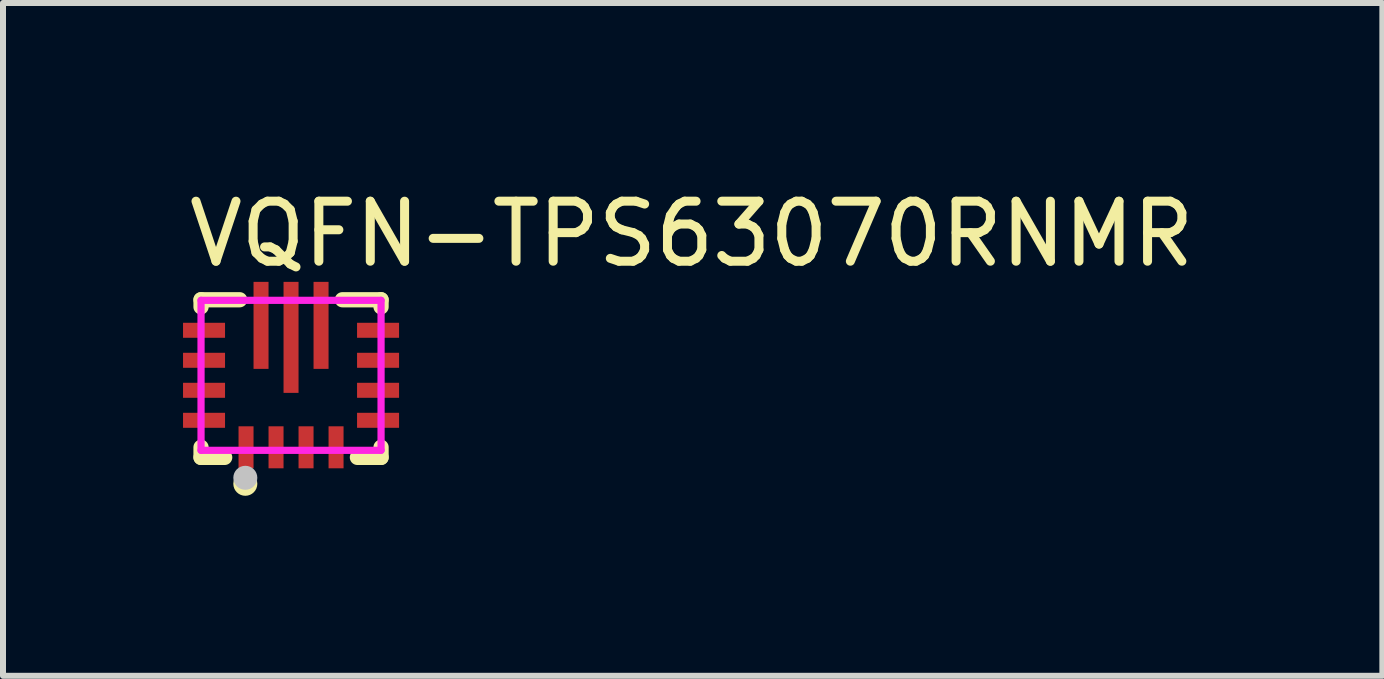
<source format=kicad_pcb>
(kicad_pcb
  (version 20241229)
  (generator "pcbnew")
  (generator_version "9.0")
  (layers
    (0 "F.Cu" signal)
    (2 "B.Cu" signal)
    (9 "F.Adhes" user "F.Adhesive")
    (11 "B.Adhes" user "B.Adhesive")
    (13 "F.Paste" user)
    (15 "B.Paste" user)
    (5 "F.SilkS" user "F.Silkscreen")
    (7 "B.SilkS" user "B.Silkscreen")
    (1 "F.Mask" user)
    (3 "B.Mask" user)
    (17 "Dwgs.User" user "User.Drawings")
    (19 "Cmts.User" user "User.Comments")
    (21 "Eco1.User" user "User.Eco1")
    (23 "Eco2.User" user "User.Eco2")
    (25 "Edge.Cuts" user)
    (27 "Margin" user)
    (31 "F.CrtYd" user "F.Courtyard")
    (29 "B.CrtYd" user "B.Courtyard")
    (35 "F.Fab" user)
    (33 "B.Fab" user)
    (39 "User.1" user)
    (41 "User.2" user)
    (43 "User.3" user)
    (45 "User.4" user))
  (footprint "VQFN-TPS63070RNMR"
    (layer "F.Cu")
    (at 1.8 3.388)
    (property "Reference" "VQFN-TPS63070RNMR" (at -1.778 -2.54 0) (layer "F.SilkS") (effects (font (size 1 1) (thickness 0.15)) (justify left)))
    (attr through_hole)
    (fp_line (start -1.5 -1.443) (end -1.5 -1.324) (stroke (width 0.254) (type solid)) (layer "F.SilkS"))
    (fp_line (start -1.5 1.015) (end -1.5 1.184) (stroke (width 0.254) (type solid)) (layer "F.SilkS"))
    (fp_line (start -1.5 1.184) (end -1.106 1.184) (stroke (width 0.254) (type solid)) (layer "F.SilkS"))
    (fp_line (start -0.856 -1.443) (end -1.5 -1.443) (stroke (width 0.254) (type solid)) (layer "F.SilkS"))
    (fp_line (start 1.106 1.184) (end 1.5 1.184) (stroke (width 0.254) (type solid)) (layer "F.SilkS"))
    (fp_line (start 1.5 -1.443) (end 0.856 -1.443) (stroke (width 0.254) (type solid)) (layer "F.SilkS"))
    (fp_line (start 1.5 -1.324) (end 1.5 -1.443) (stroke (width 0.254) (type solid)) (layer "F.SilkS"))
    (fp_line (start 1.5 1.184) (end 1.5 1.015) (stroke (width 0.254) (type solid)) (layer "F.SilkS"))
    (fp_circle (center -0.762 1.624) (end -0.662 1.624) (stroke (width 0.2) (type solid)) (fill no) (layer "F.SilkS"))
    (fp_circle (center -0.762 1.524) (end -0.662 1.524) (stroke (width 0.2) (type solid)) (fill no) (layer "Dwgs.User"))
    (fp_circle (center -1.5 1.066) (end -1.47 1.066) (stroke (width 0.06) (type solid)) (fill no) (layer "Eco2.User"))
    (fp_poly (pts (xy -1.5 -0.809) (xy -1.5 -1.059) (xy -1.1 -1.059) (xy -1.1 -0.809)) (stroke (width 0.12) (type solid)) (fill no) (layer "Eco2.User"))
    (fp_poly (pts (xy -1.5 -0.309) (xy -1.5 -0.559) (xy -1.1 -0.559) (xy -1.1 -0.309)) (stroke (width 0.12) (type solid)) (fill no) (layer "Eco2.User"))
    (fp_poly (pts (xy -1.5 0.191) (xy -1.5 -0.059) (xy -1.1 -0.059) (xy -1.1 0.191)) (stroke (width 0.12) (type solid)) (fill no) (layer "Eco2.User"))
    (fp_poly (pts (xy -1.5 0.691) (xy -1.5 0.441) (xy -1.1 0.441) (xy -1.1 0.691)) (stroke (width 0.12) (type solid)) (fill no) (layer "Eco2.User"))
    (fp_poly (pts (xy -0.625 -1.433) (xy -0.375 -1.433) (xy -0.375 -0.283) (xy -0.625 -0.283)) (stroke (width 0.12) (type solid)) (fill no) (layer "Eco2.User"))
    (fp_poly (pts (xy -0.625 1.066) (xy -0.875 1.066) (xy -0.875 0.666) (xy -0.625 0.666)) (stroke (width 0.12) (type solid)) (fill no) (layer "Eco2.User"))
    (fp_poly (pts (xy -0.125 -1.433) (xy 0.125 -1.433) (xy 0.125 0.067) (xy -0.125 0.067)) (stroke (width 0.12) (type solid)) (fill no) (layer "Eco2.User"))
    (fp_poly (pts (xy -0.125 1.066) (xy -0.375 1.066) (xy -0.375 0.666) (xy -0.125 0.666)) (stroke (width 0.12) (type solid)) (fill no) (layer "Eco2.User"))
    (fp_poly (pts (xy 0.375 -1.433) (xy 0.625 -1.433) (xy 0.625 -0.283) (xy 0.375 -0.283)) (stroke (width 0.12) (type solid)) (fill no) (layer "Eco2.User"))
    (fp_poly (pts (xy 0.375 1.066) (xy 0.125 1.066) (xy 0.125 0.666) (xy 0.375 0.666)) (stroke (width 0.12) (type solid)) (fill no) (layer "Eco2.User"))
    (fp_poly (pts (xy 0.875 1.066) (xy 0.625 1.066) (xy 0.625 0.666) (xy 0.875 0.666)) (stroke (width 0.12) (type solid)) (fill no) (layer "Eco2.User"))
    (fp_poly (pts (xy 1.5 -1.059) (xy 1.5 -0.809) (xy 1.1 -0.809) (xy 1.1 -1.059)) (stroke (width 0.12) (type solid)) (fill no) (layer "Eco2.User"))
    (fp_poly (pts (xy 1.5 -0.559) (xy 1.5 -0.309) (xy 1.1 -0.309) (xy 1.1 -0.559)) (stroke (width 0.12) (type solid)) (fill no) (layer "Eco2.User"))
    (fp_poly (pts (xy 1.5 -0.059) (xy 1.5 0.191) (xy 1.1 0.191) (xy 1.1 -0.059)) (stroke (width 0.12) (type solid)) (fill no) (layer "Eco2.User"))
    (fp_poly (pts (xy 1.5 0.441) (xy 1.5 0.691) (xy 1.1 0.691) (xy 1.1 0.441)) (stroke (width 0.12) (type solid)) (fill no) (layer "Eco2.User"))
    (fp_line (start -1.5 -1.433) (end 1.5 -1.433) (stroke (width 0.12) (type solid)) (layer "F.CrtYd"))
    (fp_line (start -1.5 1.066) (end -1.5 -1.433) (stroke (width 0.12) (type solid)) (layer "F.CrtYd"))
    (fp_line (start 1.5 -1.433) (end 1.5 1.066) (stroke (width 0.12) (type solid)) (layer "F.CrtYd"))
    (fp_line (start 1.5 1.066) (end -1.5 1.066) (stroke (width 0.12) (type solid)) (layer "F.CrtYd"))
    (pad "1" smd rect (at -0.75 1.016 180) (size 0.25 0.7) (layers "F.Cu" "F.Mask" "F.Paste"))
    (pad "2" smd rect (at -0.25 1.016 180) (size 0.25 0.7) (layers "F.Cu" "F.Mask" "F.Paste"))
    (pad "3" smd rect (at 0.25 1.016 180) (size 0.25 0.7) (layers "F.Cu" "F.Mask" "F.Paste"))
    (pad "4" smd rect (at 0.75 1.016 180) (size 0.25 0.7) (layers "F.Cu" "F.Mask" "F.Paste"))
    (pad "5" smd rect (at 1.45 0.566 270) (size 0.25 0.7) (layers "F.Cu" "F.Mask" "F.Paste"))
    (pad "6" smd rect (at 1.45 0.066 270) (size 0.25 0.7) (layers "F.Cu" "F.Mask" "F.Paste"))
    (pad "7" smd rect (at 1.45 -0.434 270) (size 0.25 0.7) (layers "F.Cu" "F.Mask" "F.Paste"))
    (pad "8" smd rect (at 1.45 -0.934 270) (size 0.25 0.7) (layers "F.Cu" "F.Mask" "F.Paste"))
    (pad "9" smd rect (at 0.5 -1.016) (size 0.25 1.45) (layers "F.Cu" "F.Mask" "F.Paste"))
    (pad "10" smd rect (at 0 -0.816) (size 0.25 1.85) (layers "F.Cu" "F.Mask" "F.Paste"))
    (pad "11" smd rect (at -0.5 -1.016) (size 0.25 1.45) (layers "F.Cu" "F.Mask" "F.Paste"))
    (pad "12" smd rect (at -1.45 -0.434 90) (size 0.25 0.7) (layers "F.Cu" "F.Mask" "F.Paste"))
    (pad "13" smd rect (at -1.45 -0.934 90) (size 0.25 0.7) (layers "F.Cu" "F.Mask" "F.Paste"))
    (pad "14" smd rect (at -1.45 0.066 90) (size 0.25 0.7) (layers "F.Cu" "F.Mask" "F.Paste"))
    (pad "15" smd rect (at -1.45 0.566 90) (size 0.25 0.7) (layers "F.Cu" "F.Mask" "F.Paste")))
  (gr_rect
    (start -3 -3)
    (end 19.986 8.212)
    (stroke (width 0.1) (type default))
    (fill no)
    (layer "Edge.Cuts")))
</source>
